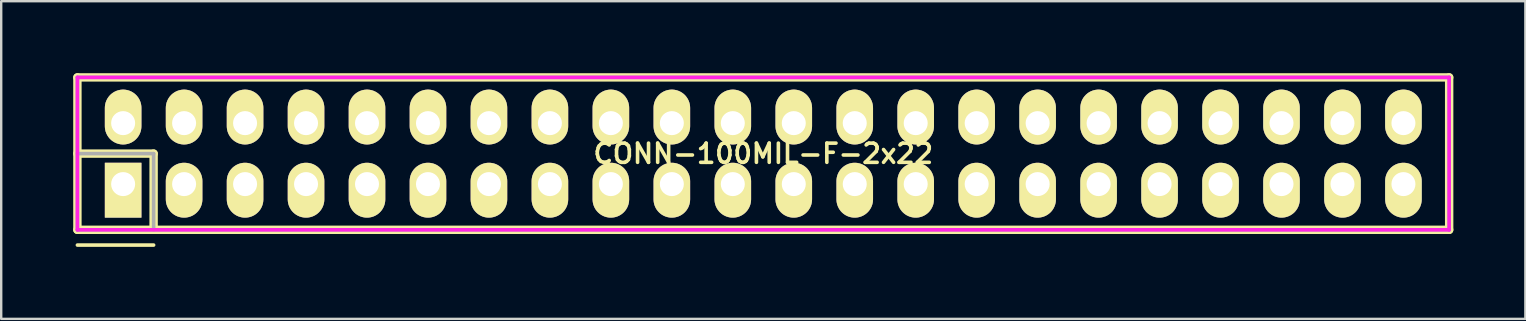
<source format=kicad_pcb>
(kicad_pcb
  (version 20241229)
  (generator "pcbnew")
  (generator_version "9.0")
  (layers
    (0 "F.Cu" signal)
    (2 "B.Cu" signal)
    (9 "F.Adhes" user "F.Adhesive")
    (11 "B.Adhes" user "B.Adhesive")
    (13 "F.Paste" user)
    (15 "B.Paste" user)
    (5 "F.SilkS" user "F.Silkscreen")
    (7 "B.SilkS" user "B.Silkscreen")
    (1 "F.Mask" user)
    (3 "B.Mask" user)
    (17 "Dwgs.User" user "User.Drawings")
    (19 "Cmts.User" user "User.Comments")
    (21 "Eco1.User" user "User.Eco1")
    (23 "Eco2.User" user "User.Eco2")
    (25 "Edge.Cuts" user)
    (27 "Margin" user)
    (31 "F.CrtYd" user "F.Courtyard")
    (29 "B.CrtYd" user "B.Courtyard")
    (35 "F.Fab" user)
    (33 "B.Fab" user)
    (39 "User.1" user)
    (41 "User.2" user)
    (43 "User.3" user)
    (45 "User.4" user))
  (footprint "CONN-100MIL-F-2x22"
    (layer "F.Cu")
    (at 28.75 3.35)
    (property "Reference" "CONN-100MIL-F-2x22" (at 0 0 0) (layer "F.SilkS") (effects (font (size 0.8 0.8) (thickness 0.15))))
    (attr through_hole)
    (fp_line (start -28.575 -3.175) (end 28.575 -3.175) (stroke (width 0.35) (type solid)) (layer "F.SilkS"))
    (fp_line (start -28.575 0) (end -25.4 0) (stroke (width 0.35) (type solid)) (layer "F.SilkS"))
    (fp_line (start -28.575 3.175) (end -28.575 -3.175) (stroke (width 0.35) (type solid)) (layer "F.SilkS"))
    (fp_line (start -28.575 3.81) (end -25.4 3.81) (stroke (width 0.15) (type solid)) (layer "F.SilkS"))
    (fp_line (start -25.4 0) (end -25.4 3.175) (stroke (width 0.35) (type solid)) (layer "F.SilkS"))
    (fp_line (start 28.575 -3.175) (end 28.575 3.175) (stroke (width 0.35) (type solid)) (layer "F.SilkS"))
    (fp_line (start 28.575 3.175) (end -28.575 3.175) (stroke (width 0.35) (type solid)) (layer "F.SilkS"))
    (fp_line (start -28.575 -3.175) (end 28.575 -3.175) (stroke (width 0.15) (type solid)) (layer "F.CrtYd"))
    (fp_line (start -28.575 3.175) (end -28.575 -3.175) (stroke (width 0.15) (type solid)) (layer "F.CrtYd"))
    (fp_line (start 28.575 -3.175) (end 28.575 3.175) (stroke (width 0.15) (type solid)) (layer "F.CrtYd"))
    (fp_line (start 28.575 3.175) (end -28.575 3.175) (stroke (width 0.15) (type solid)) (layer "F.CrtYd"))
    (fp_line (start -28.575 -3.175) (end 28.575 -3.175) (stroke (width 0.15) (type solid)) (layer "F.Fab"))
    (fp_line (start -28.575 0) (end -25.4 0) (stroke (width 0.15) (type solid)) (layer "F.Fab"))
    (fp_line (start -28.575 3.175) (end -28.575 -3.175) (stroke (width 0.15) (type solid)) (layer "F.Fab"))
    (fp_line (start -25.4 0) (end -25.4 3.175) (stroke (width 0.15) (type solid)) (layer "F.Fab"))
    (fp_line (start 28.575 -3.175) (end 28.575 3.175) (stroke (width 0.15) (type solid)) (layer "F.Fab"))
    (fp_line (start 28.575 3.175) (end -28.575 3.175) (stroke (width 0.15) (type solid)) (layer "F.Fab"))
    (pad "1" thru_hole rect (at -26.67 1.27) (size 1.524 2.286) (drill 1 (offset 0 0.254)) (layers "*.Cu" "*.Mask" "F.SilkS"))
    (pad "2" thru_hole oval (at -26.67 -1.27) (size 1.524 2.286) (drill 1 (offset 0 -0.254)) (layers "*.Cu" "*.Mask" "F.SilkS"))
    (pad "3" thru_hole oval (at -24.13 1.27) (size 1.524 2.286) (drill 1 (offset 0 0.254)) (layers "*.Cu" "*.Mask" "F.SilkS"))
    (pad "4" thru_hole oval (at -24.13 -1.27) (size 1.524 2.286) (drill 1 (offset 0 -0.254)) (layers "*.Cu" "*.Mask" "F.SilkS"))
    (pad "5" thru_hole oval (at -21.59 1.27) (size 1.524 2.286) (drill 1 (offset 0 0.254)) (layers "*.Cu" "*.Mask" "F.SilkS"))
    (pad "6" thru_hole oval (at -21.59 -1.27) (size 1.524 2.286) (drill 1 (offset 0 -0.254)) (layers "*.Cu" "*.Mask" "F.SilkS"))
    (pad "7" thru_hole oval (at -19.05 1.27) (size 1.524 2.286) (drill 1 (offset 0 0.254)) (layers "*.Cu" "*.Mask" "F.SilkS"))
    (pad "8" thru_hole oval (at -19.05 -1.27) (size 1.524 2.286) (drill 1 (offset 0 -0.254)) (layers "*.Cu" "*.Mask" "F.SilkS"))
    (pad "9" thru_hole oval (at -16.51 1.27) (size 1.524 2.286) (drill 1 (offset 0 0.254)) (layers "*.Cu" "*.Mask" "F.SilkS"))
    (pad "10" thru_hole oval (at -16.51 -1.27) (size 1.524 2.286) (drill 1 (offset 0 -0.254)) (layers "*.Cu" "*.Mask" "F.SilkS"))
    (pad "11" thru_hole oval (at -13.97 1.27) (size 1.524 2.286) (drill 1 (offset 0 0.254)) (layers "*.Cu" "*.Mask" "F.SilkS"))
    (pad "12" thru_hole oval (at -13.97 -1.27) (size 1.524 2.286) (drill 1 (offset 0 -0.254)) (layers "*.Cu" "*.Mask" "F.SilkS"))
    (pad "13" thru_hole oval (at -11.43 1.27) (size 1.524 2.286) (drill 1 (offset 0 0.254)) (layers "*.Cu" "*.Mask" "F.SilkS"))
    (pad "14" thru_hole oval (at -11.43 -1.27) (size 1.524 2.286) (drill 1 (offset 0 -0.254)) (layers "*.Cu" "*.Mask" "F.SilkS"))
    (pad "15" thru_hole oval (at -8.89 1.27) (size 1.524 2.286) (drill 1 (offset 0 0.254)) (layers "*.Cu" "*.Mask" "F.SilkS"))
    (pad "16" thru_hole oval (at -8.89 -1.27) (size 1.524 2.286) (drill 1 (offset 0 -0.254)) (layers "*.Cu" "*.Mask" "F.SilkS"))
    (pad "17" thru_hole oval (at -6.35 1.27) (size 1.524 2.286) (drill 1 (offset 0 0.254)) (layers "*.Cu" "*.Mask" "F.SilkS"))
    (pad "18" thru_hole oval (at -6.35 -1.27) (size 1.524 2.286) (drill 1 (offset 0 -0.254)) (layers "*.Cu" "*.Mask" "F.SilkS"))
    (pad "19" thru_hole oval (at -3.81 1.27) (size 1.524 2.286) (drill 1 (offset 0 0.254)) (layers "*.Cu" "*.Mask" "F.SilkS"))
    (pad "20" thru_hole oval (at -3.81 -1.27) (size 1.524 2.286) (drill 1 (offset 0 -0.254)) (layers "*.Cu" "*.Mask" "F.SilkS"))
    (pad "21" thru_hole oval (at -1.27 1.27) (size 1.524 2.286) (drill 1 (offset 0 0.254)) (layers "*.Cu" "*.Mask" "F.SilkS"))
    (pad "22" thru_hole oval (at -1.27 -1.27) (size 1.524 2.286) (drill 1 (offset 0 -0.254)) (layers "*.Cu" "*.Mask" "F.SilkS"))
    (pad "23" thru_hole oval (at 1.27 1.27) (size 1.524 2.286) (drill 1 (offset 0 0.254)) (layers "*.Cu" "*.Mask" "F.SilkS"))
    (pad "24" thru_hole oval (at 1.27 -1.27) (size 1.524 2.286) (drill 1 (offset 0 -0.254)) (layers "*.Cu" "*.Mask" "F.SilkS"))
    (pad "25" thru_hole oval (at 3.81 1.27) (size 1.524 2.286) (drill 1 (offset 0 0.254)) (layers "*.Cu" "*.Mask" "F.SilkS"))
    (pad "26" thru_hole oval (at 3.81 -1.27) (size 1.524 2.286) (drill 1 (offset 0 -0.254)) (layers "*.Cu" "*.Mask" "F.SilkS"))
    (pad "27" thru_hole oval (at 6.35 1.27) (size 1.524 2.286) (drill 1 (offset 0 0.254)) (layers "*.Cu" "*.Mask" "F.SilkS"))
    (pad "28" thru_hole oval (at 6.35 -1.27) (size 1.524 2.286) (drill 1 (offset 0 -0.254)) (layers "*.Cu" "*.Mask" "F.SilkS"))
    (pad "29" thru_hole oval (at 8.89 1.27) (size 1.524 2.286) (drill 1 (offset 0 0.254)) (layers "*.Cu" "*.Mask" "F.SilkS"))
    (pad "30" thru_hole oval (at 8.89 -1.27) (size 1.524 2.286) (drill 1 (offset 0 -0.254)) (layers "*.Cu" "*.Mask" "F.SilkS"))
    (pad "31" thru_hole oval (at 11.43 1.27) (size 1.524 2.286) (drill 1 (offset 0 0.254)) (layers "*.Cu" "*.Mask" "F.SilkS"))
    (pad "32" thru_hole oval (at 11.43 -1.27) (size 1.524 2.286) (drill 1 (offset 0 -0.254)) (layers "*.Cu" "*.Mask" "F.SilkS"))
    (pad "33" thru_hole oval (at 13.97 1.27) (size 1.524 2.286) (drill 1 (offset 0 0.254)) (layers "*.Cu" "*.Mask" "F.SilkS"))
    (pad "34" thru_hole oval (at 13.97 -1.27) (size 1.524 2.286) (drill 1 (offset 0 -0.254)) (layers "*.Cu" "*.Mask" "F.SilkS"))
    (pad "35" thru_hole oval (at 16.51 1.27) (size 1.524 2.286) (drill 1 (offset 0 0.254)) (layers "*.Cu" "*.Mask" "F.SilkS"))
    (pad "36" thru_hole oval (at 16.51 -1.27) (size 1.524 2.286) (drill 1 (offset 0 -0.254)) (layers "*.Cu" "*.Mask" "F.SilkS"))
    (pad "37" thru_hole oval (at 19.05 1.27) (size 1.524 2.286) (drill 1 (offset 0 0.254)) (layers "*.Cu" "*.Mask" "F.SilkS"))
    (pad "38" thru_hole oval (at 19.05 -1.27) (size 1.524 2.286) (drill 1 (offset 0 -0.254)) (layers "*.Cu" "*.Mask" "F.SilkS"))
    (pad "39" thru_hole oval (at 21.59 1.27) (size 1.524 2.286) (drill 1 (offset 0 0.254)) (layers "*.Cu" "*.Mask" "F.SilkS"))
    (pad "40" thru_hole oval (at 21.59 -1.27) (size 1.524 2.286) (drill 1 (offset 0 -0.254)) (layers "*.Cu" "*.Mask" "F.SilkS"))
    (pad "41" thru_hole oval (at 24.13 1.27) (size 1.524 2.286) (drill 1 (offset 0 0.254)) (layers "*.Cu" "*.Mask" "F.SilkS"))
    (pad "42" thru_hole oval (at 24.13 -1.27) (size 1.524 2.286) (drill 1 (offset 0 -0.254)) (layers "*.Cu" "*.Mask" "F.SilkS"))
    (pad "43" thru_hole oval (at 26.67 1.27) (size 1.524 2.286) (drill 1 (offset 0 0.254)) (layers "*.Cu" "*.Mask" "F.SilkS"))
    (pad "44" thru_hole oval (at 26.67 -1.27) (size 1.524 2.286) (drill 1 (offset 0 -0.254)) (layers "*.Cu" "*.Mask" "F.SilkS")))
  (gr_rect
    (start -3 -3)
    (end 60.5 10.235)
    (stroke (width 0.1) (type default))
    (fill no)
    (layer "Edge.Cuts")))
</source>
